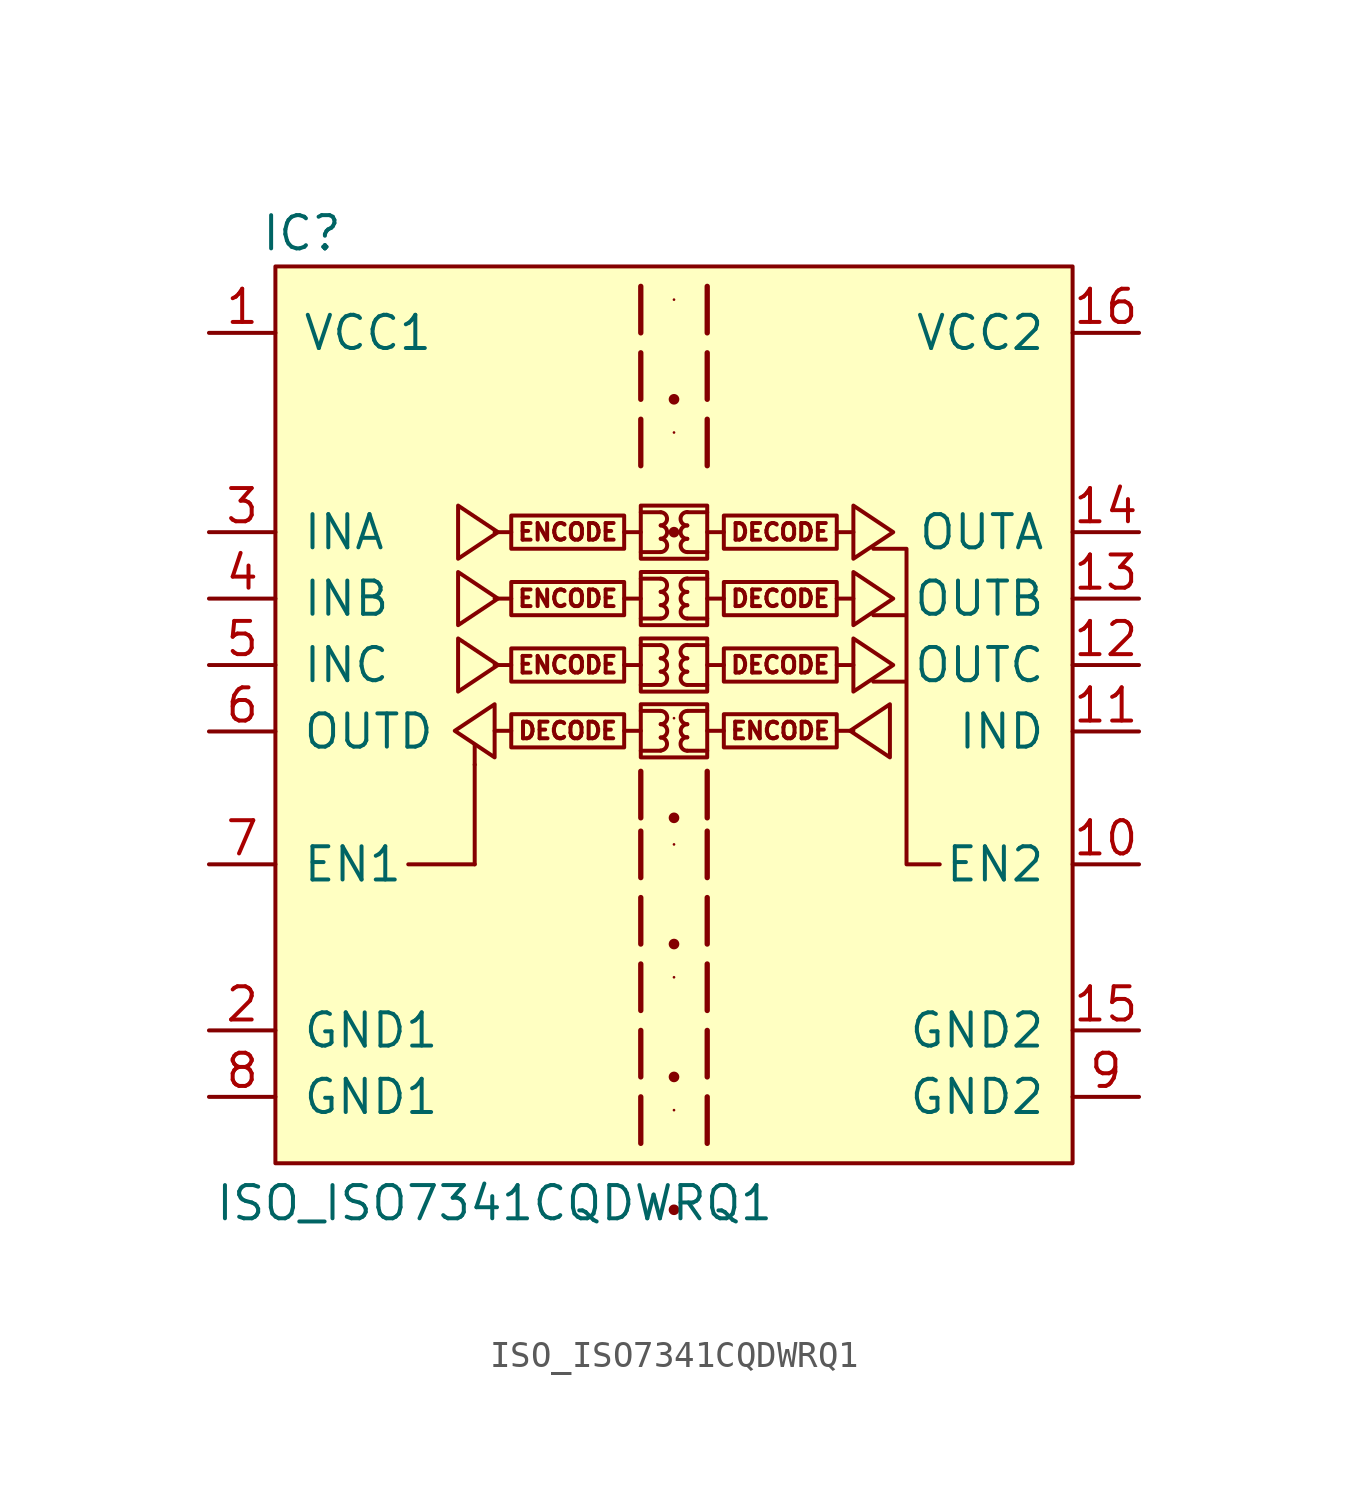
<source format=kicad_sym>
(kicad_symbol_lib
  (version 20220914)
  (generator kicad_symbol_editor)
  (symbol "ISO_ISO7341CQDWRQ1"
    (pin_names
      (offset 1.016))
    (property "Reference" "IC"
      (at -14.224 15.24 0)
      (effects (font (size 1.27 1.27))))
    (property "Value" "ISO_ISO7341CQDWRQ1"
      (at -6.858 -21.844 0)
      (effects (font (size 1.27 1.27))))
    (symbol "ISO_ISO7341CQDWRQ1_0_1"
      (rectangle (start -15.24 13.97) (end 15.24 -20.32) (stroke (width 0) (type default)) (fill (type background)))
      (rectangle (start -10.16 -8.89) (end -7.62 -8.89) (stroke (width 0) (type default)) (fill (type none)))
      (rectangle (start -7.62 -8.89) (end -7.62 -5.08) (stroke (width 0) (type default)) (fill (type none)))
      (rectangle (start -7.62 -5.08) (end -7.62 -4.318) (stroke (width 0) (type default)) (fill (type none)))
      (polyline (pts (xy 10.16 -8.89) (xy 8.89 -8.89) (xy 8.89 -1.905) (xy 7.62 -1.905) (xy 8.89 -1.905) (xy 8.89 0.635) (xy 7.62 0.635) (xy 8.89 0.635) (xy 8.89 3.175) (xy 7.62 3.175)) (stroke (width 0) (type default)) (fill (type none))))
    (symbol "ISO_ISO7341CQDWRQ1_1_1"
      (rectangle (start -1.905 -3.15) (end -6.223 -4.42) (stroke (width 0) (type default)) (fill (type none)))
      (rectangle (start -1.905 -0.635) (end -6.223 -1.905) (stroke (width 0) (type default)) (fill (type none)))
      (rectangle (start -1.905 1.905) (end -6.223 0.635) (stroke (width 0) (type default)) (fill (type none)))
      (rectangle (start -1.905 4.445) (end -6.223 3.175) (stroke (width 0) (type default)) (fill (type none)))
      (rectangle (start -1.27 -0.254) (end 1.27 -2.286) (stroke (width 0) (type default)) (fill (type none)))
      (rectangle (start -1.27 2.286) (end 1.27 0.254) (stroke (width 0) (type default)) (fill (type none)))
      (rectangle (start -1.27 4.826) (end 1.27 2.794) (stroke (width 0) (type default)) (fill (type none)))
      (arc (start -0.508 -4.5466) (mid -0.2551 -4.2926) (end -0.508 -4.0386) (stroke (width 0) (type default)) (fill (type none)))
      (arc (start -0.508 -4.0386) (mid -0.2551 -3.7846) (end -0.508 -3.5306) (stroke (width 0) (type default)) (fill (type none)))
      (arc (start -0.508 -3.5306) (mid -0.2551 -3.2766) (end -0.508 -3.0226) (stroke (width 0) (type default)) (fill (type none)))
      (arc (start -0.508 -2.032) (mid -0.2551 -1.778) (end -0.508 -1.524) (stroke (width 0) (type default)) (fill (type none)))
      (arc (start -0.508 -1.524) (mid -0.2551 -1.27) (end -0.508 -1.016) (stroke (width 0) (type default)) (fill (type none)))
      (arc (start -0.508 -1.016) (mid -0.2551 -0.762) (end -0.508 -0.508) (stroke (width 0) (type default)) (fill (type none)))
      (arc (start -0.508 0.508) (mid -0.2551 0.762) (end -0.508 1.016) (stroke (width 0) (type default)) (fill (type none)))
      (arc (start -0.508 1.016) (mid -0.2551 1.27) (end -0.508 1.524) (stroke (width 0) (type default)) (fill (type none)))
      (arc (start -0.508 1.524) (mid -0.2551 1.778) (end -0.508 2.032) (stroke (width 0) (type default)) (fill (type none)))
      (arc (start -0.508 3.048) (mid -0.2551 3.302) (end -0.508 3.556) (stroke (width 0) (type default)) (fill (type none)))
      (arc (start -0.508 3.556) (mid -0.2551 3.81) (end -0.508 4.064) (stroke (width 0) (type default)) (fill (type none)))
      (arc (start -0.508 4.064) (mid -0.2551 4.318) (end -0.508 4.572) (stroke (width 0) (type default)) (fill (type none)))
      (polyline (pts (xy -6.223 -3.785) (xy -6.858 -3.785)) (stroke (width 0) (type default)) (fill (type none)))
      (polyline (pts (xy -6.223 -1.27) (xy -6.858 -1.27)) (stroke (width 0) (type default)) (fill (type none)))
      (polyline (pts (xy -6.223 1.27) (xy -6.858 1.27)) (stroke (width 0) (type default)) (fill (type none)))
      (polyline (pts (xy -6.223 3.81) (xy -6.858 3.81)) (stroke (width 0) (type default)) (fill (type none)))
      (polyline (pts (xy -1.905 -3.785) (xy -1.27 -3.785)) (stroke (width 0) (type default)) (fill (type none)))
      (polyline (pts (xy -1.905 -1.27) (xy -1.27 -1.27)) (stroke (width 0) (type default)) (fill (type none)))
      (polyline (pts (xy -1.905 1.27) (xy -1.27 1.27)) (stroke (width 0) (type default)) (fill (type none)))
      (polyline (pts (xy -1.905 3.81) (xy -1.27 3.81)) (stroke (width 0) (type default)) (fill (type none)))
      (polyline (pts (xy -1.27 -4.547) (xy -0.508 -4.547)) (stroke (width 0) (type default)) (fill (type none)))
      (polyline (pts (xy -1.27 -3.023) (xy -0.508 -3.023)) (stroke (width 0) (type default)) (fill (type none)))
      (polyline (pts (xy -1.27 -2.032) (xy -0.508 -2.032)) (stroke (width 0) (type default)) (fill (type none)))
      (polyline (pts (xy -1.27 -0.508) (xy -0.508 -0.508)) (stroke (width 0) (type default)) (fill (type none)))
      (polyline (pts (xy -1.27 0.508) (xy -0.508 0.508)) (stroke (width 0) (type default)) (fill (type none)))
      (polyline (pts (xy -1.27 2.032) (xy -0.508 2.032)) (stroke (width 0) (type default)) (fill (type none)))
      (polyline (pts (xy -1.27 3.048) (xy -0.508 3.048)) (stroke (width 0) (type default)) (fill (type none)))
      (polyline (pts (xy -1.27 4.572) (xy -0.508 4.572)) (stroke (width 0) (type default)) (fill (type none)))
      (polyline (pts (xy 0 -22.098) (xy 0 -22.098)) (stroke (width 0.406) (type default)) (fill (type none)))
      (polyline (pts (xy 0 -18.288) (xy 0 -18.288)) (stroke (width 0.102) (type default)) (fill (type none)))
      (polyline (pts (xy 0 -17.018) (xy 0 -17.018)) (stroke (width 0.406) (type default)) (fill (type none)))
      (polyline (pts (xy 0 -13.208) (xy 0 -13.208)) (stroke (width 0.102) (type default)) (fill (type none)))
      (polyline (pts (xy 0 -11.938) (xy 0 -11.938)) (stroke (width 0.406) (type default)) (fill (type none)))
      (polyline (pts (xy 0 -8.128) (xy 0 -8.128)) (stroke (width 0.102) (type default)) (fill (type none)))
      (polyline (pts (xy 0 -7.112) (xy 0 -7.112)) (stroke (width 0.406) (type default)) (fill (type none)))
      (polyline (pts (xy 0 -3.302) (xy 0 -3.302)) (stroke (width 0.102) (type default)) (fill (type none)))
      (polyline (pts (xy 0 3.81) (xy 0 3.81)) (stroke (width 0.406) (type default)) (fill (type none)))
      (polyline (pts (xy 0 7.62) (xy 0 7.62)) (stroke (width 0.102) (type default)) (fill (type none)))
      (polyline (pts (xy 0 8.89) (xy 0 8.89)) (stroke (width 0.406) (type default)) (fill (type none)))
      (polyline (pts (xy 0 12.7) (xy 0 12.7)) (stroke (width 0.102) (type default)) (fill (type none)))
      (polyline (pts (xy 1.27 -4.547) (xy 0.508 -4.547)) (stroke (width 0) (type default)) (fill (type none)))
      (polyline (pts (xy 1.27 -3.023) (xy 0.508 -3.023)) (stroke (width 0) (type default)) (fill (type none)))
      (polyline (pts (xy 1.27 -2.032) (xy 0.508 -2.032)) (stroke (width 0) (type default)) (fill (type none)))
      (polyline (pts (xy 1.27 -0.508) (xy 0.508 -0.508)) (stroke (width 0) (type default)) (fill (type none)))
      (polyline (pts (xy 1.27 0.508) (xy 0.508 0.508)) (stroke (width 0) (type default)) (fill (type none)))
      (polyline (pts (xy 1.27 2.032) (xy 0.508 2.032)) (stroke (width 0) (type default)) (fill (type none)))
      (polyline (pts (xy 1.27 3.048) (xy 0.508 3.048)) (stroke (width 0) (type default)) (fill (type none)))
      (polyline (pts (xy 1.27 4.572) (xy 0.508 4.572)) (stroke (width 0) (type default)) (fill (type none)))
      (polyline (pts (xy 1.905 -3.785) (xy 1.27 -3.785)) (stroke (width 0) (type default)) (fill (type none)))
      (polyline (pts (xy 1.905 -1.27) (xy 1.27 -1.27)) (stroke (width 0) (type default)) (fill (type none)))
      (polyline (pts (xy 1.905 1.27) (xy 1.27 1.27)) (stroke (width 0) (type default)) (fill (type none)))
      (polyline (pts (xy 1.905 3.81) (xy 1.27 3.81)) (stroke (width 0) (type default)) (fill (type none)))
      (polyline (pts (xy 6.223 -3.785) (xy 6.858 -3.785)) (stroke (width 0) (type default)) (fill (type none)))
      (polyline (pts (xy 6.223 -1.27) (xy 6.858 -1.27)) (stroke (width 0) (type default)) (fill (type none)))
      (polyline (pts (xy 6.223 1.27) (xy 6.858 1.27)) (stroke (width 0) (type default)) (fill (type none)))
      (polyline (pts (xy 6.223 3.81) (xy 6.858 3.81)) (stroke (width 0) (type default)) (fill (type none)))
      (polyline (pts (xy -1.27 -17.78) (xy -1.27 -19.304) (xy -1.27 -19.558)) (stroke (width 0.203) (type default)) (fill (type none)))
      (polyline (pts (xy -1.27 -15.24) (xy -1.27 -16.764) (xy -1.27 -17.018)) (stroke (width 0.203) (type default)) (fill (type none)))
      (polyline (pts (xy -1.27 -12.7) (xy -1.27 -14.224) (xy -1.27 -14.478)) (stroke (width 0.203) (type default)) (fill (type none)))
      (polyline (pts (xy -1.27 -10.16) (xy -1.27 -11.684) (xy -1.27 -11.938)) (stroke (width 0.203) (type default)) (fill (type none)))
      (polyline (pts (xy -1.27 -7.62) (xy -1.27 -9.144) (xy -1.27 -9.398)) (stroke (width 0.203) (type default)) (fill (type none)))
      (polyline (pts (xy -1.27 -5.334) (xy -1.27 -6.858) (xy -1.27 -7.112)) (stroke (width 0.203) (type default)) (fill (type none)))
      (polyline (pts (xy -1.27 8.128) (xy -1.27 6.604) (xy -1.27 6.35)) (stroke (width 0.203) (type default)) (fill (type none)))
      (polyline (pts (xy -1.27 10.668) (xy -1.27 9.144) (xy -1.27 8.89)) (stroke (width 0.203) (type default)) (fill (type none)))
      (polyline (pts (xy -1.27 13.208) (xy -1.27 11.684) (xy -1.27 11.43)) (stroke (width 0.203) (type default)) (fill (type none)))
      (polyline (pts (xy 1.27 -17.78) (xy 1.27 -19.304) (xy 1.27 -19.558)) (stroke (width 0.203) (type default)) (fill (type none)))
      (polyline (pts (xy 1.27 -15.24) (xy 1.27 -16.764) (xy 1.27 -17.018)) (stroke (width 0.203) (type default)) (fill (type none)))
      (polyline (pts (xy 1.27 -12.7) (xy 1.27 -14.224) (xy 1.27 -14.478)) (stroke (width 0.203) (type default)) (fill (type none)))
      (polyline (pts (xy 1.27 -10.16) (xy 1.27 -11.684) (xy 1.27 -11.938)) (stroke (width 0.203) (type default)) (fill (type none)))
      (polyline (pts (xy 1.27 -7.62) (xy 1.27 -9.144) (xy 1.27 -9.398)) (stroke (width 0.203) (type default)) (fill (type none)))
      (polyline (pts (xy 1.27 -5.334) (xy 1.27 -6.858) (xy 1.27 -7.112)) (stroke (width 0.203) (type default)) (fill (type none)))
      (polyline (pts (xy 1.27 8.128) (xy 1.27 6.604) (xy 1.27 6.35)) (stroke (width 0.203) (type default)) (fill (type none)))
      (polyline (pts (xy 1.27 10.668) (xy 1.27 9.144) (xy 1.27 8.89)) (stroke (width 0.203) (type default)) (fill (type none)))
      (polyline (pts (xy 1.27 13.208) (xy 1.27 11.684) (xy 1.27 11.43)) (stroke (width 0.203) (type default)) (fill (type none)))
      (polyline (pts (xy -8.382 -3.785) (xy -6.858 -2.769) (xy -6.858 -4.801) (xy -8.382 -3.785)) (stroke (width 0) (type default)) (fill (type none)))
      (polyline (pts (xy -6.731 -1.27) (xy -8.255 -0.254) (xy -8.255 -2.286) (xy -6.731 -1.27)) (stroke (width 0) (type default)) (fill (type none)))
      (polyline (pts (xy -6.731 1.27) (xy -8.255 2.286) (xy -8.255 0.254) (xy -6.731 1.27)) (stroke (width 0) (type default)) (fill (type none)))
      (polyline (pts (xy -6.731 3.81) (xy -8.255 4.826) (xy -8.255 2.794) (xy -6.731 3.81)) (stroke (width 0) (type default)) (fill (type none)))
      (polyline (pts (xy 6.731 -3.785) (xy 8.255 -2.769) (xy 8.255 -4.801) (xy 6.731 -3.785)) (stroke (width 0) (type default)) (fill (type none)))
      (polyline (pts (xy 8.382 -1.27) (xy 6.858 -0.254) (xy 6.858 -2.286) (xy 8.382 -1.27)) (stroke (width 0) (type default)) (fill (type none)))
      (polyline (pts (xy 8.382 1.27) (xy 6.858 2.286) (xy 6.858 0.254) (xy 8.382 1.27)) (stroke (width 0) (type default)) (fill (type none)))
      (polyline (pts (xy 8.382 3.81) (xy 6.858 4.826) (xy 6.858 2.794) (xy 8.382 3.81)) (stroke (width 0) (type default)) (fill (type none)))
      (arc (start 0.508 -4.0386) (mid 0.2551 -4.2926) (end 0.508 -4.5466) (stroke (width 0) (type default)) (fill (type none)))
      (arc (start 0.508 -3.5306) (mid 0.2551 -3.7846) (end 0.508 -4.0386) (stroke (width 0) (type default)) (fill (type none)))
      (arc (start 0.508 -3.0226) (mid 0.2551 -3.2766) (end 0.508 -3.5306) (stroke (width 0) (type default)) (fill (type none)))
      (arc (start 0.508 -1.524) (mid 0.2551 -1.778) (end 0.508 -2.032) (stroke (width 0) (type default)) (fill (type none)))
      (arc (start 0.508 -1.016) (mid 0.2551 -1.27) (end 0.508 -1.524) (stroke (width 0) (type default)) (fill (type none)))
      (arc (start 0.508 -0.508) (mid 0.2551 -0.762) (end 0.508 -1.016) (stroke (width 0) (type default)) (fill (type none)))
      (arc (start 0.508 1.016) (mid 0.2551 0.762) (end 0.508 0.508) (stroke (width 0) (type default)) (fill (type none)))
      (arc (start 0.508 1.524) (mid 0.2551 1.27) (end 0.508 1.016) (stroke (width 0) (type default)) (fill (type none)))
      (arc (start 0.508 2.032) (mid 0.2551 1.778) (end 0.508 1.524) (stroke (width 0) (type default)) (fill (type none)))
      (arc (start 0.508 3.556) (mid 0.2551 3.302) (end 0.508 3.048) (stroke (width 0) (type default)) (fill (type none)))
      (arc (start 0.508 4.064) (mid 0.2551 3.81) (end 0.508 3.556) (stroke (width 0) (type default)) (fill (type none)))
      (arc (start 0.508 4.572) (mid 0.2551 4.318) (end 0.508 4.064) (stroke (width 0) (type default)) (fill (type none)))
      (rectangle (start 1.27 -2.769) (end -1.27 -4.801) (stroke (width 0) (type default)) (fill (type none)))
      (rectangle (start 1.905 -3.15) (end 6.223 -4.42) (stroke (width 0) (type default)) (fill (type none)))
      (rectangle (start 1.905 -0.635) (end 6.223 -1.905) (stroke (width 0) (type default)) (fill (type none)))
      (rectangle (start 1.905 1.905) (end 6.223 0.635) (stroke (width 0) (type default)) (fill (type none)))
      (rectangle (start 1.905 4.445) (end 6.223 3.175) (stroke (width 0) (type default)) (fill (type none)))
      (text "DECODE" (at -4.064 -3.785 0) (effects (font (size 0.635 0.635))))
      (text "DECODE" (at 4.064 -1.27 0) (effects (font (size 0.635 0.635))))
      (text "DECODE" (at 4.064 1.27 0) (effects (font (size 0.635 0.635))))
      (text "DECODE" (at 4.064 3.81 0) (effects (font (size 0.635 0.635))))
      (text "ENCODE" (at -4.064 -1.27 0) (effects (font (size 0.635 0.635))))
      (text "ENCODE" (at -4.064 1.27 0) (effects (font (size 0.635 0.635))))
      (text "ENCODE" (at -4.064 3.81 0) (effects (font (size 0.635 0.635))))
      (text "ENCODE" (at 4.064 -3.785 0) (effects (font (size 0.635 0.635))))
      (pin power_in line (at -17.78 11.43 0) (length 2.54) (name "VCC1" (effects (font (size 1.27 1.27)))) (number "1" (effects (font (size 1.27 1.27)))))
      (pin passive line (at 17.78 -8.89 180) (length 2.54) (name "EN2" (effects (font (size 1.27 1.27)))) (number "10" (effects (font (size 1.27 1.27)))))
      (pin input line (at 17.78 -3.81 180) (length 2.54) (name "IND" (effects (font (size 1.27 1.27)))) (number "11" (effects (font (size 1.27 1.27)))))
      (pin output line (at 17.78 -1.27 180) (length 2.54) (name "OUTC" (effects (font (size 1.27 1.27)))) (number "12" (effects (font (size 1.27 1.27)))))
      (pin output line (at 17.78 1.27 180) (length 2.54) (name "OUTB" (effects (font (size 1.27 1.27)))) (number "13" (effects (font (size 1.27 1.27)))))
      (pin output line (at 17.78 3.81 180) (length 2.54) (name "OUTA" (effects (font (size 1.27 1.27)))) (number "14" (effects (font (size 1.27 1.27)))))
      (pin power_in line (at 17.78 -15.24 180) (length 2.54) (name "GND2" (effects (font (size 1.27 1.27)))) (number "15" (effects (font (size 1.27 1.27)))))
      (pin power_in line (at 17.78 11.43 180) (length 2.54) (name "VCC2" (effects (font (size 1.27 1.27)))) (number "16" (effects (font (size 1.27 1.27)))))
      (pin power_in line (at -17.78 -15.24 0) (length 2.54) (name "GND1" (effects (font (size 1.27 1.27)))) (number "2" (effects (font (size 1.27 1.27)))))
      (pin input line (at -17.78 3.81 0) (length 2.54) (name "INA" (effects (font (size 1.27 1.27)))) (number "3" (effects (font (size 1.27 1.27)))))
      (pin input line (at -17.78 1.27 0) (length 2.54) (name "INB" (effects (font (size 1.27 1.27)))) (number "4" (effects (font (size 1.27 1.27)))))
      (pin input line (at -17.78 -1.27 0) (length 2.54) (name "INC" (effects (font (size 1.27 1.27)))) (number "5" (effects (font (size 1.27 1.27)))))
      (pin output line (at -17.78 -3.81 0) (length 2.54) (name "OUTD" (effects (font (size 1.27 1.27)))) (number "6" (effects (font (size 1.27 1.27)))))
      (pin passive line (at -17.78 -8.89 0) (length 2.54) (name "EN1" (effects (font (size 1.27 1.27)))) (number "7" (effects (font (size 1.27 1.27)))))
      (pin power_in line (at -17.78 -17.78 0) (length 2.54) (name "GND1" (effects (font (size 1.27 1.27)))) (number "8" (effects (font (size 1.27 1.27)))))
      (pin power_in line (at 17.78 -17.78 180) (length 2.54) (name "GND2" (effects (font (size 1.27 1.27)))) (number "9" (effects (font (size 1.27 1.27))))))))
</source>
